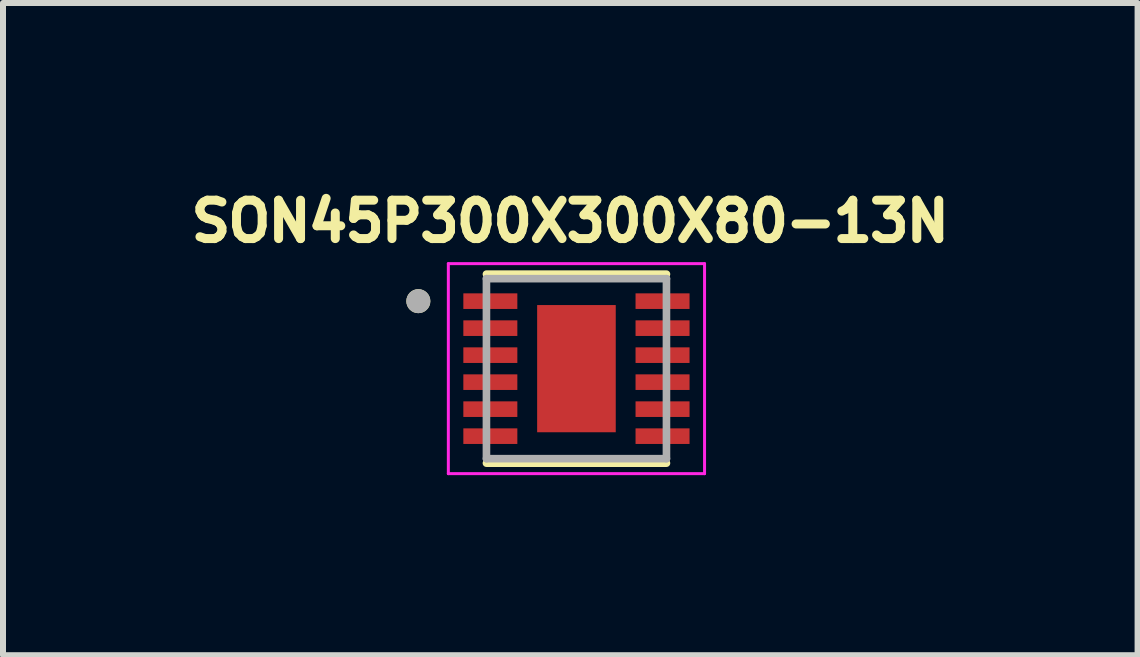
<source format=kicad_pcb>
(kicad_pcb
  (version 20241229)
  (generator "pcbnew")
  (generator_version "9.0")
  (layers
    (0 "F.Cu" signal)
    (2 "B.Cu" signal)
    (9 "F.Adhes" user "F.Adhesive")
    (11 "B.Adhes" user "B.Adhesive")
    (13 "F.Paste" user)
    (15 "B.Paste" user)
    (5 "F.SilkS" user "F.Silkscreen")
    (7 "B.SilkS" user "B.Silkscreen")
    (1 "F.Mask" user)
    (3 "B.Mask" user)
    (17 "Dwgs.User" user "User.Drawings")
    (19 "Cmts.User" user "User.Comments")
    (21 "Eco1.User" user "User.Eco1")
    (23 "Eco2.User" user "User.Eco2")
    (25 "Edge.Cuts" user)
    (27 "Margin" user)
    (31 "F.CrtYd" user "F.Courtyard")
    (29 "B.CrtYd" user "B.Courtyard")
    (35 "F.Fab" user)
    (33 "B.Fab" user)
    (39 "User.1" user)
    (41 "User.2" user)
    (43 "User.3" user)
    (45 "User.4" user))
  (footprint "SON45P300X300X80-13N"
    (layer "F.Cu")
    (at 6.557 3.094)
    (property "Reference" "SON45P300X300X80-13N" (at -0.103 -2.456 0) (layer "F.SilkS") (effects (font (size 0.64 0.64) (thickness 0.15))))
    (attr smd)
    (fp_poly (pts (xy -1.935 -1.305) (xy -0.935 -1.305) (xy -0.935 -0.945) (xy -1.935 -0.945)) (stroke (width 0.01) (type solid)) (fill yes) (layer "F.Mask"))
    (fp_poly (pts (xy -1.935 -0.855) (xy -0.935 -0.855) (xy -0.935 -0.495) (xy -1.935 -0.495)) (stroke (width 0.01) (type solid)) (fill yes) (layer "F.Mask"))
    (fp_poly (pts (xy -1.935 -0.405) (xy -0.935 -0.405) (xy -0.935 -0.045) (xy -1.935 -0.045)) (stroke (width 0.01) (type solid)) (fill yes) (layer "F.Mask"))
    (fp_poly (pts (xy -1.935 0.045) (xy -0.935 0.045) (xy -0.935 0.405) (xy -1.935 0.405)) (stroke (width 0.01) (type solid)) (fill yes) (layer "F.Mask"))
    (fp_poly (pts (xy -1.935 0.495) (xy -0.935 0.495) (xy -0.935 0.855) (xy -1.935 0.855)) (stroke (width 0.01) (type solid)) (fill yes) (layer "F.Mask"))
    (fp_poly (pts (xy -1.935 0.945) (xy -0.935 0.945) (xy -0.935 1.305) (xy -1.935 1.305)) (stroke (width 0.01) (type solid)) (fill yes) (layer "F.Mask"))
    (fp_poly (pts (xy -0.705 -1.11) (xy 0.705 -1.11) (xy 0.705 1.11) (xy -0.705 1.11)) (stroke (width 0.01) (type solid)) (fill yes) (layer "F.Mask"))
    (fp_poly (pts (xy 0.935 -1.305) (xy 1.935 -1.305) (xy 1.935 -0.945) (xy 0.935 -0.945)) (stroke (width 0.01) (type solid)) (fill yes) (layer "F.Mask"))
    (fp_poly (pts (xy 0.935 -0.855) (xy 1.935 -0.855) (xy 1.935 -0.495) (xy 0.935 -0.495)) (stroke (width 0.01) (type solid)) (fill yes) (layer "F.Mask"))
    (fp_poly (pts (xy 0.935 -0.405) (xy 1.935 -0.405) (xy 1.935 -0.045) (xy 0.935 -0.045)) (stroke (width 0.01) (type solid)) (fill yes) (layer "F.Mask"))
    (fp_poly (pts (xy 0.935 0.045) (xy 1.935 0.045) (xy 1.935 0.405) (xy 0.935 0.405)) (stroke (width 0.01) (type solid)) (fill yes) (layer "F.Mask"))
    (fp_poly (pts (xy 0.935 0.495) (xy 1.935 0.495) (xy 1.935 0.855) (xy 0.935 0.855)) (stroke (width 0.01) (type solid)) (fill yes) (layer "F.Mask"))
    (fp_poly (pts (xy 0.935 0.945) (xy 1.935 0.945) (xy 1.935 1.305) (xy 0.935 1.305)) (stroke (width 0.01) (type solid)) (fill yes) (layer "F.Mask"))
    (fp_line (start -1.5 -1.575) (end 1.5 -1.575) (stroke (width 0.127) (type solid)) (layer "F.SilkS"))
    (fp_line (start 1.5 1.575) (end -1.5 1.575) (stroke (width 0.127) (type solid)) (layer "F.SilkS"))
    (fp_circle (center -2.635 -1.125) (end -2.535 -1.125) (stroke (width 0.2) (type solid)) (fill no) (layer "F.SilkS"))
    (fp_poly (pts (xy -0.414 -0.67) (xy 0.414 -0.67) (xy 0.414 0.67) (xy -0.414 0.67)) (stroke (width 0.01) (type solid)) (fill yes) (layer "F.Paste"))
    (fp_line (start -2.135 -1.75) (end -2.135 1.75) (stroke (width 0.05) (type solid)) (layer "F.CrtYd"))
    (fp_line (start -2.135 1.75) (end 2.135 1.75) (stroke (width 0.05) (type solid)) (layer "F.CrtYd"))
    (fp_line (start 2.135 -1.75) (end -2.135 -1.75) (stroke (width 0.05) (type solid)) (layer "F.CrtYd"))
    (fp_line (start 2.135 1.75) (end 2.135 -1.75) (stroke (width 0.05) (type solid)) (layer "F.CrtYd"))
    (fp_line (start -1.5 -1.5) (end 1.5 -1.5) (stroke (width 0.127) (type solid)) (layer "F.Fab"))
    (fp_line (start -1.5 1.5) (end -1.5 -1.5) (stroke (width 0.127) (type solid)) (layer "F.Fab"))
    (fp_line (start 1.5 -1.5) (end 1.5 1.5) (stroke (width 0.127) (type solid)) (layer "F.Fab"))
    (fp_line (start 1.5 1.5) (end -1.5 1.5) (stroke (width 0.127) (type solid)) (layer "F.Fab"))
    (fp_circle (center -2.635 -1.125) (end -2.535 -1.125) (stroke (width 0.2) (type solid)) (fill no) (layer "F.Fab"))
    (pad "1" smd rect (at -1.435 -1.125) (size 0.9 0.26) (layers "F.Cu" "F.Paste"))
    (pad "2" smd rect (at -1.435 -0.675) (size 0.9 0.26) (layers "F.Cu" "F.Paste"))
    (pad "3" smd rect (at -1.435 -0.225) (size 0.9 0.26) (layers "F.Cu" "F.Paste"))
    (pad "4" smd rect (at -1.435 0.225) (size 0.9 0.26) (layers "F.Cu" "F.Paste"))
    (pad "5" smd rect (at -1.435 0.675) (size 0.9 0.26) (layers "F.Cu" "F.Paste"))
    (pad "6" smd rect (at -1.435 1.125) (size 0.9 0.26) (layers "F.Cu" "F.Paste"))
    (pad "7" smd rect (at 1.435 1.125) (size 0.9 0.26) (layers "F.Cu" "F.Paste"))
    (pad "8" smd rect (at 1.435 0.675) (size 0.9 0.26) (layers "F.Cu" "F.Paste"))
    (pad "9" smd rect (at 1.435 0.225) (size 0.9 0.26) (layers "F.Cu" "F.Paste"))
    (pad "10" smd rect (at 1.435 -0.225) (size 0.9 0.26) (layers "F.Cu" "F.Paste"))
    (pad "11" smd rect (at 1.435 -0.675) (size 0.9 0.26) (layers "F.Cu" "F.Paste"))
    (pad "12" smd rect (at 1.435 -1.125) (size 0.9 0.26) (layers "F.Cu" "F.Paste"))
    (pad "13" smd rect (at 0 0) (size 1.31 2.12) (layers "F.Cu")))
  (gr_rect
    (start -3 -3)
    (end 15.909 7.869)
    (stroke (width 0.1) (type default))
    (fill no)
    (layer "Edge.Cuts")))
</source>
